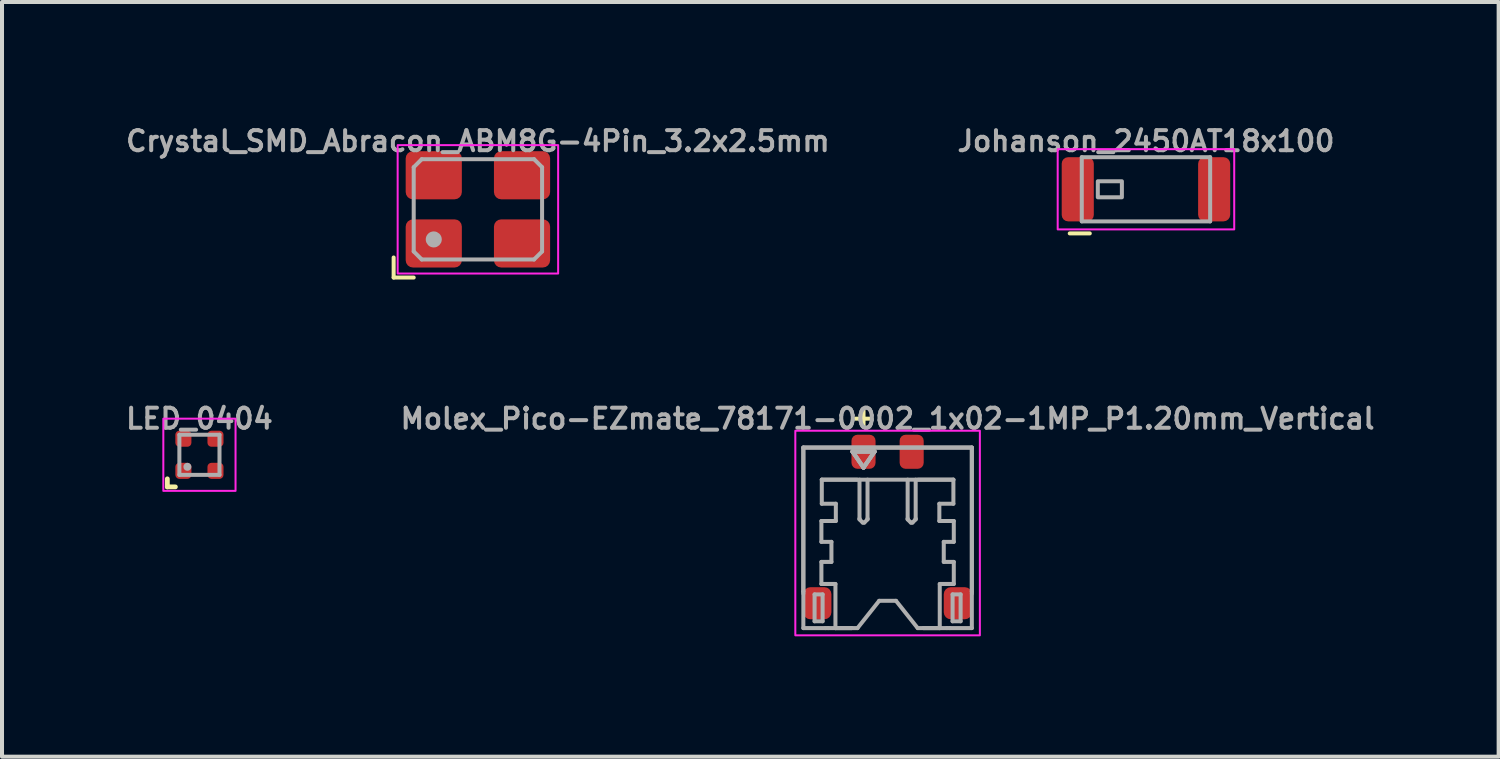
<source format=kicad_pcb>
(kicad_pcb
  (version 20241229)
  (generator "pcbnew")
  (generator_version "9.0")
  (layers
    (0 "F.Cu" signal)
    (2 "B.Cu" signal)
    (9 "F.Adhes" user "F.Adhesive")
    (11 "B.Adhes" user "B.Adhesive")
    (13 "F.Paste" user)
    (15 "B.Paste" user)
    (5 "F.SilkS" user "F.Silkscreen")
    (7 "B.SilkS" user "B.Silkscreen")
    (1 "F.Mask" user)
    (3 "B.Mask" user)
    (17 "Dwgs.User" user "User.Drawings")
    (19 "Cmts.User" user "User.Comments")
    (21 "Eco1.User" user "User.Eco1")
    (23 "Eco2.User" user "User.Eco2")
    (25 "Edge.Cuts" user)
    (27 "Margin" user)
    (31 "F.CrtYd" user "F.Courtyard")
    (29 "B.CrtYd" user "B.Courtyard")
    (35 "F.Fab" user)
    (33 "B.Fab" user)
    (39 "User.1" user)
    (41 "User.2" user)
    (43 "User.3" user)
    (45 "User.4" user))
  (footprint "Molex_Pico-EZmate_78171-0002_1x02-1MP_P1.20mm_Vertical"
    (layer "F.Cu")
    (at 19.074 10.086)
    (property "Reference" "Molex_Pico-EZmate_78171-0002_1x02-1MP_P1.20mm_Vertical" (at 0 -2.7 0) (layer "F.Fab") (effects (font (size 0.5 0.5) (thickness 0.1) (bold yes))))
    (attr smd)
    (fp_line (start -0.8 -2.7) (end -0.4 -2.7) (stroke (width 0.1) (type default)) (layer "F.SilkS"))
    (fp_line (start -0.6 -2.5) (end -0.6 -2.9) (stroke (width 0.1) (type default)) (layer "F.SilkS"))
    (fp_rect (start 2.3 2.7) (end -2.3 -2.4) (stroke (width 0.05) (type default)) (fill no) (layer "F.CrtYd"))
    (fp_line (start -2.1 -1.98) (end -2.1 1.61) (stroke (width 0.1) (type solid)) (layer "F.Fab"))
    (fp_line (start -2.1 -1.98) (end -2.1 1.61) (stroke (width 0.1) (type solid)) (layer "F.Fab"))
    (fp_line (start -2.1 1.66) (end -2.1 1.61) (stroke (width 0.1) (type solid)) (layer "F.Fab"))
    (fp_line (start -2.1 2.52) (end -2.1 1.66) (stroke (width 0.1) (type solid)) (layer "F.Fab"))
    (fp_line (start -1.82 1.68) (end -1.82 2.35) (stroke (width 0.1) (type solid)) (layer "F.Fab"))
    (fp_line (start -1.82 2.35) (end -1.62 2.35) (stroke (width 0.1) (type solid)) (layer "F.Fab"))
    (fp_line (start -1.65 -0.15) (end -1.65 0.37) (stroke (width 0.1) (type solid)) (layer "F.Fab"))
    (fp_line (start -1.65 0.37) (end -1.4 0.37) (stroke (width 0.1) (type solid)) (layer "F.Fab"))
    (fp_line (start -1.65 0.87) (end -1.65 1.42) (stroke (width 0.1) (type solid)) (layer "F.Fab"))
    (fp_line (start -1.65 1.42) (end -1.3 1.42) (stroke (width 0.1) (type solid)) (layer "F.Fab"))
    (fp_line (start -1.64 -1.18) (end -1.64 -0.58) (stroke (width 0.1) (type solid)) (layer "F.Fab"))
    (fp_line (start -1.64 -0.58) (end -1.29 -0.58) (stroke (width 0.1) (type solid)) (layer "F.Fab"))
    (fp_line (start -1.62 1.68) (end -1.82 1.68) (stroke (width 0.1) (type solid)) (layer "F.Fab"))
    (fp_line (start -1.62 2.35) (end -1.62 1.68) (stroke (width 0.1) (type solid)) (layer "F.Fab"))
    (fp_line (start -1.55 2.52) (end -2.1 2.52) (stroke (width 0.1) (type solid)) (layer "F.Fab"))
    (fp_line (start -1.48 2.52) (end -1.55 2.52) (stroke (width 0.1) (type solid)) (layer "F.Fab"))
    (fp_line (start -1.4 0.37) (end -1.4 0.87) (stroke (width 0.1) (type solid)) (layer "F.Fab"))
    (fp_line (start -1.4 0.87) (end -1.65 0.87) (stroke (width 0.1) (type solid)) (layer "F.Fab"))
    (fp_line (start -1.3 1.42) (end -1.3 2.52) (stroke (width 0.1) (type solid)) (layer "F.Fab"))
    (fp_line (start -1.3 2.52) (end -1.48 2.52) (stroke (width 0.1) (type solid)) (layer "F.Fab"))
    (fp_line (start -1.3 2.52) (end -0.9 2.52) (stroke (width 0.1) (type solid)) (layer "F.Fab"))
    (fp_line (start -1.29 -0.58) (end -1.29 -0.15) (stroke (width 0.1) (type solid)) (layer "F.Fab"))
    (fp_line (start -1.29 -0.15) (end -1.65 -0.15) (stroke (width 0.1) (type solid)) (layer "F.Fab"))
    (fp_line (start -0.9 2.52) (end -1.3 2.52) (stroke (width 0.1) (type solid)) (layer "F.Fab"))
    (fp_line (start -0.875 -1.88) (end -0.6 -1.48) (stroke (width 0.1) (type solid)) (layer "F.Fab"))
    (fp_line (start -0.875 -1.88) (end -0.325 -1.88) (stroke (width 0.1) (type solid)) (layer "F.Fab"))
    (fp_line (start -0.875 -1.88) (end -0.325 -1.88) (stroke (width 0.1) (type solid)) (layer "F.Fab"))
    (fp_line (start -0.76 -1.18) (end -1.64 -1.18) (stroke (width 0.1) (type solid)) (layer "F.Fab"))
    (fp_line (start -0.75 2.52) (end -0.9 2.52) (stroke (width 0.1) (type solid)) (layer "F.Fab"))
    (fp_line (start -0.7 -0.21) (end -0.7 -1.18) (stroke (width 0.1) (type solid)) (layer "F.Fab"))
    (fp_line (start -0.7 -0.19) (end -0.7 -0.21) (stroke (width 0.1) (type solid)) (layer "F.Fab"))
    (fp_line (start -0.7 -0.19) (end -0.62 -0.11) (stroke (width 0.1) (type solid)) (layer "F.Fab"))
    (fp_line (start -0.62 -0.11) (end -0.58 -0.11) (stroke (width 0.1) (type solid)) (layer "F.Fab"))
    (fp_line (start -0.6 -1.48) (end -0.875 -1.88) (stroke (width 0.1) (type solid)) (layer "F.Fab"))
    (fp_line (start -0.6 -1.48) (end -0.875 -1.88) (stroke (width 0.1) (type solid)) (layer "F.Fab"))
    (fp_line (start -0.6 -1.48) (end -0.325 -1.88) (stroke (width 0.1) (type solid)) (layer "F.Fab"))
    (fp_line (start -0.58 -0.11) (end -0.5 -0.19) (stroke (width 0.1) (type solid)) (layer "F.Fab"))
    (fp_line (start -0.5 -0.21) (end -0.5 -1.18) (stroke (width 0.1) (type solid)) (layer "F.Fab"))
    (fp_line (start -0.5 -0.19) (end -0.5 -0.21) (stroke (width 0.1) (type solid)) (layer "F.Fab"))
    (fp_line (start -0.325 -1.88) (end -0.875 -1.88) (stroke (width 0.1) (type solid)) (layer "F.Fab"))
    (fp_line (start -0.325 -1.88) (end -0.6 -1.48) (stroke (width 0.1) (type solid)) (layer "F.Fab"))
    (fp_line (start -0.325 -1.88) (end -0.6 -1.48) (stroke (width 0.1) (type solid)) (layer "F.Fab"))
    (fp_line (start -0.21 1.84) (end -0.75 2.52) (stroke (width 0.1) (type solid)) (layer "F.Fab"))
    (fp_line (start 0.21 1.84) (end -0.21 1.84) (stroke (width 0.1) (type solid)) (layer "F.Fab"))
    (fp_line (start 0.5 -0.21) (end 0.5 -1.18) (stroke (width 0.1) (type solid)) (layer "F.Fab"))
    (fp_line (start 0.5 -0.19) (end 0.5 -0.21) (stroke (width 0.1) (type solid)) (layer "F.Fab"))
    (fp_line (start 0.5 -0.19) (end 0.58 -0.11) (stroke (width 0.1) (type solid)) (layer "F.Fab"))
    (fp_line (start 0.58 -0.11) (end 0.62 -0.11) (stroke (width 0.1) (type solid)) (layer "F.Fab"))
    (fp_line (start 0.62 -0.11) (end 0.7 -0.19) (stroke (width 0.1) (type solid)) (layer "F.Fab"))
    (fp_line (start 0.7 -0.21) (end 0.7 -1.18) (stroke (width 0.1) (type solid)) (layer "F.Fab"))
    (fp_line (start 0.7 -0.19) (end 0.7 -0.21) (stroke (width 0.1) (type solid)) (layer "F.Fab"))
    (fp_line (start 0.75 2.52) (end 0.21 1.84) (stroke (width 0.1) (type solid)) (layer "F.Fab"))
    (fp_line (start 0.9 2.52) (end 0.75 2.52) (stroke (width 0.1) (type solid)) (layer "F.Fab"))
    (fp_line (start 0.9 2.52) (end 1.3 2.52) (stroke (width 0.1) (type solid)) (layer "F.Fab"))
    (fp_line (start 1.29 -0.58) (end 1.64 -0.58) (stroke (width 0.1) (type solid)) (layer "F.Fab"))
    (fp_line (start 1.29 -0.15) (end 1.29 -0.58) (stroke (width 0.1) (type solid)) (layer "F.Fab"))
    (fp_line (start 1.3 1.42) (end 1.65 1.42) (stroke (width 0.1) (type solid)) (layer "F.Fab"))
    (fp_line (start 1.3 2.52) (end 0.9 2.52) (stroke (width 0.1) (type solid)) (layer "F.Fab"))
    (fp_line (start 1.3 2.52) (end 1.3 1.42) (stroke (width 0.1) (type solid)) (layer "F.Fab"))
    (fp_line (start 1.4 0.37) (end 1.65 0.37) (stroke (width 0.1) (type solid)) (layer "F.Fab"))
    (fp_line (start 1.4 0.87) (end 1.4 0.37) (stroke (width 0.1) (type solid)) (layer "F.Fab"))
    (fp_line (start 1.48 2.52) (end 1.3 2.52) (stroke (width 0.1) (type solid)) (layer "F.Fab"))
    (fp_line (start 1.55 2.52) (end 1.48 2.52) (stroke (width 0.1) (type solid)) (layer "F.Fab"))
    (fp_line (start 1.62 1.68) (end 1.62 2.35) (stroke (width 0.1) (type solid)) (layer "F.Fab"))
    (fp_line (start 1.62 2.35) (end 1.82 2.35) (stroke (width 0.1) (type solid)) (layer "F.Fab"))
    (fp_line (start 1.64 -1.18) (end -1.64 -1.18) (stroke (width 0.1) (type solid)) (layer "F.Fab"))
    (fp_line (start 1.64 -1.18) (end 0.76 -1.18) (stroke (width 0.1) (type solid)) (layer "F.Fab"))
    (fp_line (start 1.64 -0.58) (end 1.64 -1.18) (stroke (width 0.1) (type solid)) (layer "F.Fab"))
    (fp_line (start 1.65 -0.15) (end 1.29 -0.15) (stroke (width 0.1) (type solid)) (layer "F.Fab"))
    (fp_line (start 1.65 0.37) (end 1.65 -0.15) (stroke (width 0.1) (type solid)) (layer "F.Fab"))
    (fp_line (start 1.65 0.87) (end 1.4 0.87) (stroke (width 0.1) (type solid)) (layer "F.Fab"))
    (fp_line (start 1.65 1.42) (end 1.65 0.87) (stroke (width 0.1) (type solid)) (layer "F.Fab"))
    (fp_line (start 1.82 1.68) (end 1.62 1.68) (stroke (width 0.1) (type solid)) (layer "F.Fab"))
    (fp_line (start 1.82 2.35) (end 1.82 1.68) (stroke (width 0.1) (type solid)) (layer "F.Fab"))
    (fp_line (start 2.1 -1.98) (end -2.1 -1.98) (stroke (width 0.1) (type solid)) (layer "F.Fab"))
    (fp_line (start 2.1 -1.98) (end -2.1 -1.98) (stroke (width 0.1) (type solid)) (layer "F.Fab"))
    (fp_line (start 2.1 1.61) (end 2.1 -1.98) (stroke (width 0.1) (type solid)) (layer "F.Fab"))
    (fp_line (start 2.1 1.61) (end 2.1 -1.98) (stroke (width 0.1) (type solid)) (layer "F.Fab"))
    (fp_line (start 2.1 1.61) (end 2.1 1.66) (stroke (width 0.1) (type solid)) (layer "F.Fab"))
    (fp_line (start 2.1 1.66) (end 2.1 2.52) (stroke (width 0.1) (type solid)) (layer "F.Fab"))
    (fp_line (start 2.1 2.52) (end 1.55 2.52) (stroke (width 0.1) (type solid)) (layer "F.Fab"))
    (pad "1" smd roundrect (at -0.6 -1.875) (size 0.6 0.85) (layers "F.Cu" "F.Mask" "F.Paste") (roundrect_rratio 0.25))
    (pad "2" smd roundrect (at 0.6 -1.875) (size 0.6 0.85) (layers "F.Cu" "F.Mask" "F.Paste") (roundrect_rratio 0.25))
    (pad "MP1" smd roundrect (at -1.75 1.9) (size 0.7 0.8) (layers "F.Cu" "F.Mask" "F.Paste") (roundrect_rratio 0.25))
    (pad "MP2" smd roundrect (at 1.75 1.9) (size 0.7 0.8) (layers "F.Cu" "F.Mask" "F.Paste") (roundrect_rratio 0.25)))
  (footprint "Crystal_SMD_Abracon_ABM8G-4Pin_3.2x2.5mm"
    (layer "F.Cu")
    (at 8.862 2.168)
    (property "Reference" "Crystal_SMD_Abracon_ABM8G-4Pin_3.2x2.5mm" (at 0 -1.7 0) (layer "F.Fab") (effects (font (size 0.5 0.5) (thickness 0.1) (bold yes))))
    (attr smd)
    (fp_line (start -2.1 1.2) (end -2.1 1.7) (stroke (width 0.1) (type default)) (layer "F.SilkS"))
    (fp_line (start -2.1 1.7) (end -1.6 1.7) (stroke (width 0.1) (type default)) (layer "F.SilkS"))
    (fp_rect (start -2 -1.6) (end 2 1.6) (stroke (width 0.05) (type default)) (fill no) (layer "F.CrtYd"))
    (fp_line (start -1.6 -1.05) (end -1.4 -1.25) (stroke (width 0.1) (type solid)) (layer "F.Fab"))
    (fp_line (start -1.6 1.05) (end -1.6 -1.05) (stroke (width 0.1) (type solid)) (layer "F.Fab"))
    (fp_line (start -1.4 -1.25) (end 1.4 -1.25) (stroke (width 0.1) (type solid)) (layer "F.Fab"))
    (fp_line (start -1.4 1.25) (end -1.6 1.05) (stroke (width 0.1) (type solid)) (layer "F.Fab"))
    (fp_line (start 1.4 -1.25) (end 1.6 -1.05) (stroke (width 0.1) (type solid)) (layer "F.Fab"))
    (fp_line (start 1.4 1.25) (end -1.4 1.25) (stroke (width 0.1) (type solid)) (layer "F.Fab"))
    (fp_line (start 1.6 -1.05) (end 1.6 1.05) (stroke (width 0.1) (type solid)) (layer "F.Fab"))
    (fp_line (start 1.6 1.05) (end 1.4 1.25) (stroke (width 0.1) (type solid)) (layer "F.Fab"))
    (fp_circle (center -1.1 0.75) (end -1 0.75) (stroke (width 0.2) (type default)) (fill no) (layer "F.Fab"))
    (pad "1" smd roundrect (at -1.1 0.85) (size 1.4 1.2) (layers "F.Cu" "F.Mask" "F.Paste") (roundrect_rratio 0.15))
    (pad "2" smd roundrect (at 1.1 0.85) (size 1.4 1.2) (layers "F.Cu" "F.Mask" "F.Paste") (roundrect_rratio 0.15))
    (pad "3" smd roundrect (at 1.1 -0.85) (size 1.4 1.2) (layers "F.Cu" "F.Mask" "F.Paste") (roundrect_rratio 0.15))
    (pad "4" smd roundrect (at -1.1 -0.85) (size 1.4 1.2) (layers "F.Cu" "F.Mask" "F.Paste") (roundrect_rratio 0.15)))
  (footprint "LED_0404"
    (layer "F.Cu")
    (at 1.921 8.286)
    (property "Reference" "LED_0404" (at 0 -0.9 0) (unlocked yes) (layer "F.Fab") (effects (font (size 0.5 0.5) (thickness 0.1))))
    (attr smd)
    (fp_line (start -0.8 0.6) (end -0.8 0.8) (stroke (width 0.12) (type solid)) (layer "F.SilkS"))
    (fp_line (start -0.8 0.8) (end -0.6 0.8) (stroke (width 0.12) (type solid)) (layer "F.SilkS"))
    (fp_rect (start -0.9 0.9) (end 0.9 -0.9) (stroke (width 0.05) (type solid)) (fill no) (layer "F.CrtYd"))
    (fp_line (start -0.5 -0.5) (end -0.5 0.5) (stroke (width 0.1) (type solid)) (layer "F.Fab"))
    (fp_line (start -0.5 0.5) (end 0.5 0.5) (stroke (width 0.1) (type solid)) (layer "F.Fab"))
    (fp_line (start 0.5 -0.5) (end -0.5 -0.5) (stroke (width 0.1) (type solid)) (layer "F.Fab"))
    (fp_line (start 0.5 0.5) (end 0.5 -0.5) (stroke (width 0.1) (type solid)) (layer "F.Fab"))
    (fp_circle (center -0.3 0.3) (end -0.25 0.3) (stroke (width 0.1) (type solid)) (fill no) (layer "F.Fab"))
    (pad "1" smd roundrect (at -0.4 0.4) (size 0.4 0.4) (layers "F.Cu" "F.Mask" "F.Paste") (roundrect_rratio 0.25) (chamfer_ratio 0.2) (chamfer))
    (pad "2" smd roundrect (at -0.4 -0.4) (size 0.4 0.4) (layers "F.Cu" "F.Mask" "F.Paste") (roundrect_rratio 0.25) (chamfer_ratio 0.2) (chamfer))
    (pad "3" smd roundrect (at 0.4 -0.4) (size 0.4 0.4) (layers "F.Cu" "F.Mask" "F.Paste") (roundrect_rratio 0.25) (chamfer_ratio 0.2) (chamfer))
    (pad "4" smd roundrect (at 0.4 0.4) (size 0.4 0.4) (layers "F.Cu" "F.Mask" "F.Paste") (roundrect_rratio 0.25) (chamfer_ratio 0.2) (chamfer)))
  (footprint "Johanson_2450AT18x100"
    (layer "F.Cu")
    (at 25.514 1.668)
    (property "Reference" "Johanson_2450AT18x100" (at 0 -1.2 0) (layer "F.Fab") (effects (font (size 0.5 0.5) (thickness 0.1))))
    (attr smd)
    (fp_line (start -1.9 1.1) (end -1.4 1.1) (stroke (width 0.1) (type default)) (layer "F.SilkS"))
    (fp_rect (start -2.2 -1) (end 2.2 1) (stroke (width 0.05) (type default)) (fill no) (layer "F.CrtYd"))
    (fp_line (start -1.6 -0.8) (end -1.6 0.8) (stroke (width 0.1) (type solid)) (layer "F.Fab"))
    (fp_line (start -1.6 0.8) (end 1.6 0.8) (stroke (width 0.1) (type solid)) (layer "F.Fab"))
    (fp_line (start 1.6 -0.8) (end -1.6 -0.8) (stroke (width 0.1) (type solid)) (layer "F.Fab"))
    (fp_line (start 1.6 0.8) (end 1.6 -0.8) (stroke (width 0.1) (type solid)) (layer "F.Fab"))
    (fp_rect (start -1.2 -0.2) (end -0.6 0.2) (stroke (width 0.1) (type solid)) (fill no) (layer "F.Fab"))
    (pad "1" smd roundrect (at -1.7 0) (size 0.8 1.6) (layers "F.Cu" "F.Mask" "F.Paste") (roundrect_rratio 0.2))
    (pad "2" smd roundrect (at 1.7 0) (size 0.8 1.6) (layers "F.Cu" "F.Mask" "F.Paste") (roundrect_rratio 0.208)))
  (gr_rect
    (start -3 -3)
    (end 34.305 15.811)
    (stroke (width 0.1) (type default))
    (fill no)
    (layer "Edge.Cuts")))
</source>
